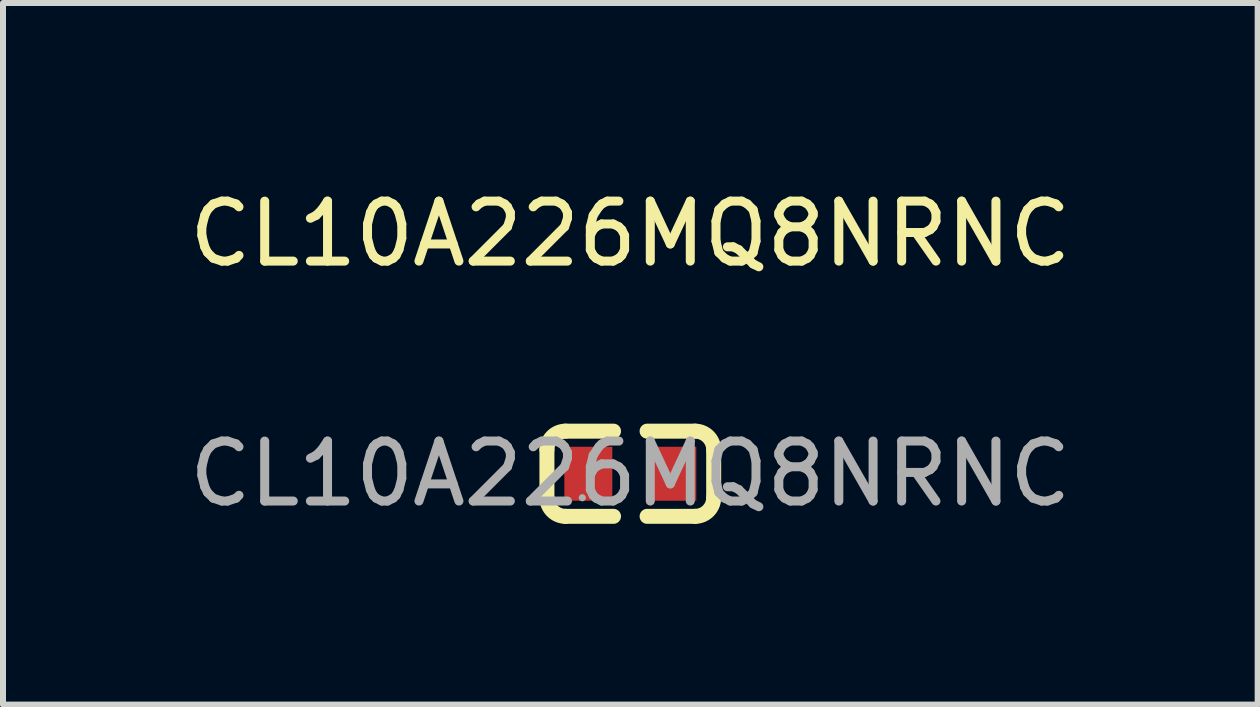
<source format=kicad_pcb>
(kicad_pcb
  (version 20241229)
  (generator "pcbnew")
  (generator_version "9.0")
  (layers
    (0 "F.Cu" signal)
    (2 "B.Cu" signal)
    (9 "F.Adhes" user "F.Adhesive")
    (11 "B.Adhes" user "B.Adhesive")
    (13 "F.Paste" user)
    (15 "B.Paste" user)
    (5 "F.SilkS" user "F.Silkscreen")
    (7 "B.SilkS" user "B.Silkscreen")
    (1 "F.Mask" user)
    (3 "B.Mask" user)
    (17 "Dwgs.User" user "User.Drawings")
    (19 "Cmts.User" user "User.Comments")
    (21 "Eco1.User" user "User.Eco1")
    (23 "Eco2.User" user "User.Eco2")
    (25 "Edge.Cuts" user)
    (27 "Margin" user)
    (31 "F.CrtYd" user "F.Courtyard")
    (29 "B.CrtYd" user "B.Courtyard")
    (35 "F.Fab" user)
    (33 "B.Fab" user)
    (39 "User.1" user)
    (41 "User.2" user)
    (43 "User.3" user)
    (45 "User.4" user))
  (footprint "CL10A226MQ8NRNC"
    (layer "F.Cu")
    (at 7.458 4.848)
    (property "Reference" "CL10A226MQ8NRNC" (at 0 -4 0) (layer "F.SilkS") (effects (font (size 1 1) (thickness 0.15))))
    (attr smd)
    (fp_line (start -1.39 0.4) (end -1.39 -0.4) (stroke (width 0.25) (type solid)) (layer "F.SilkS"))
    (fp_line (start -0.28 -0.71) (end -1.08 -0.71) (stroke (width 0.25) (type solid)) (layer "F.SilkS"))
    (fp_line (start -0.28 0.71) (end -1.08 0.71) (stroke (width 0.25) (type solid)) (layer "F.SilkS"))
    (fp_line (start 0.28 -0.71) (end 1.08 -0.71) (stroke (width 0.25) (type solid)) (layer "F.SilkS"))
    (fp_line (start 0.28 0.71) (end 1.08 0.71) (stroke (width 0.25) (type solid)) (layer "F.SilkS"))
    (fp_line (start 1.39 -0.4) (end 1.39 0.4) (stroke (width 0.25) (type solid)) (layer "F.SilkS"))
    (fp_arc (start -1.39 -0.4) (mid -1.299203 -0.619203) (end -1.08 -0.71) (stroke (width 0.25) (type solid)) (layer "F.SilkS"))
    (fp_arc (start -1.08 0.71) (mid -1.299203 0.619203) (end -1.39 0.4) (stroke (width 0.25) (type solid)) (layer "F.SilkS"))
    (fp_arc (start 1.08 -0.71) (mid 1.299203 -0.619203) (end 1.39 -0.4) (stroke (width 0.25) (type solid)) (layer "F.SilkS"))
    (fp_arc (start 1.39 0.4) (mid 1.299203 0.619203) (end 1.08 0.71) (stroke (width 0.25) (type solid)) (layer "F.SilkS"))
    (fp_circle (center -0.8 0.4) (end -0.77 0.4) (stroke (width 0.06) (type solid)) (fill no) (layer "F.Fab"))
    (fp_text user "${REFERENCE}" (at 0 0 0) (layer "F.Fab") (effects (font (size 1 1) (thickness 0.15))))
    (pad "1" smd rect (at -0.7 0) (size 0.8 0.9) (layers "F.Cu" "F.Mask" "F.Paste"))
    (pad "2" smd rect (at 0.7 0) (size 0.8 0.9) (layers "F.Cu" "F.Mask" "F.Paste")))
  (gr_rect
    (start -3 -3)
    (end 17.917 8.697)
    (stroke (width 0.1) (type default))
    (fill no)
    (layer "Edge.Cuts")))
</source>
